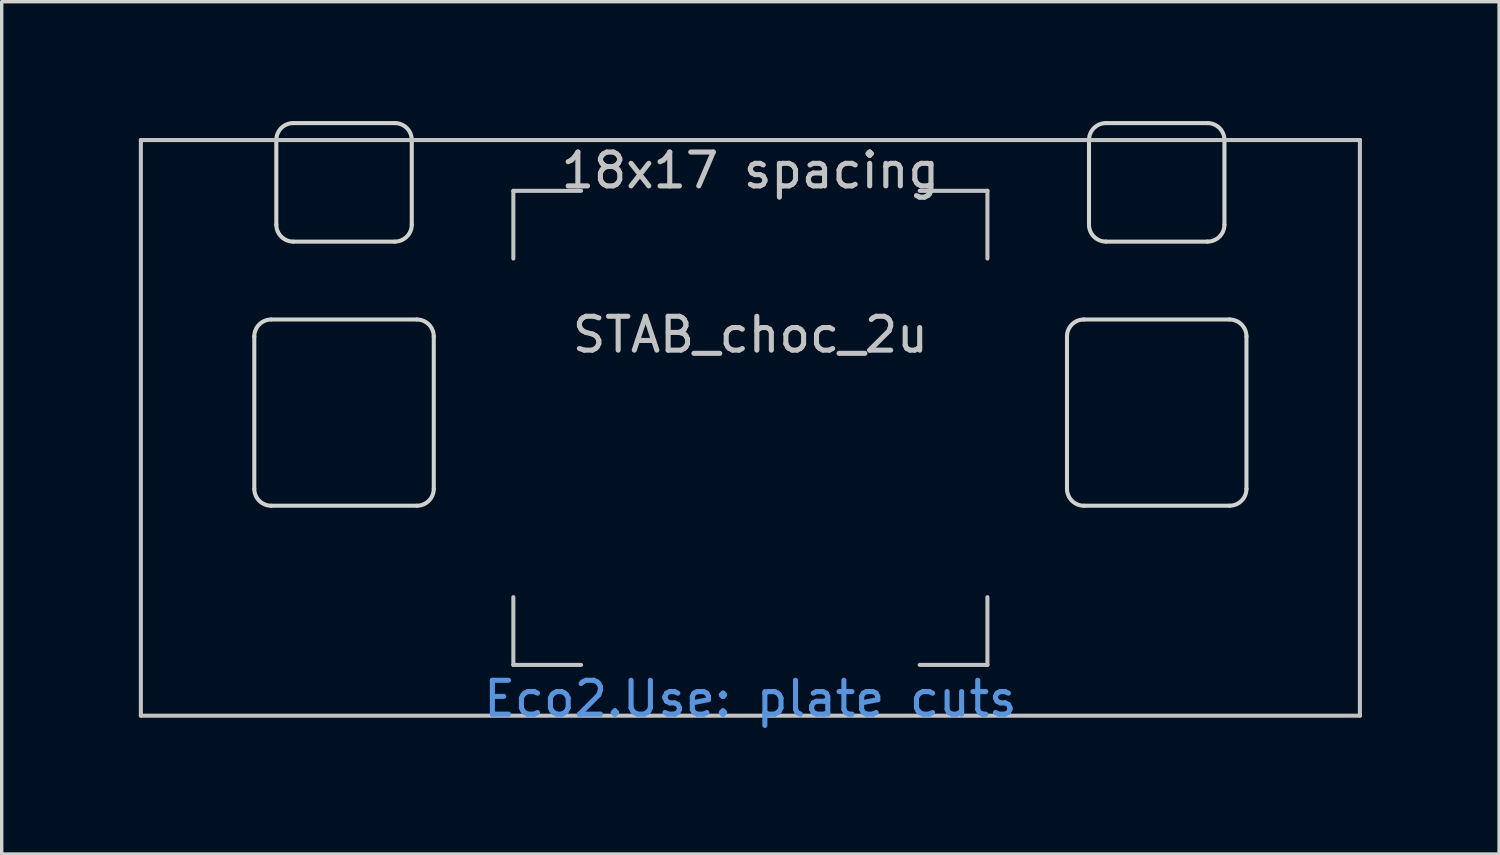
<source format=kicad_pcb>
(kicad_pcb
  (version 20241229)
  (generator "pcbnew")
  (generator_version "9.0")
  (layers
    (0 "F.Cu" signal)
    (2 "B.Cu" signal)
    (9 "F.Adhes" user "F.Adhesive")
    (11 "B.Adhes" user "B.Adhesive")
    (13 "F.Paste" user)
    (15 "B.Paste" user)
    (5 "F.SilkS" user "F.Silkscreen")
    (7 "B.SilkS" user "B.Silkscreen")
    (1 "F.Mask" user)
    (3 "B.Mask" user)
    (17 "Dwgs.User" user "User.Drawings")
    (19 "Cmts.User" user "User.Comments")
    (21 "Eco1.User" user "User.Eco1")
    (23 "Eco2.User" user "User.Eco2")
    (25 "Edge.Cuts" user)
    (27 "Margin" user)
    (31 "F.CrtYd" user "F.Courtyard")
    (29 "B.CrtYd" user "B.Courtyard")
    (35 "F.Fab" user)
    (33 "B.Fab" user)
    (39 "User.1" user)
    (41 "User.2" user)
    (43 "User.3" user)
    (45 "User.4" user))
  (footprint "STAB_choc_2u"
    (layer "F.Cu")
    (at 19.11 9.585)
    (property "Reference" "STAB_choc_2u" (at 0 -2.75 180) (layer "Dwgs.User") (effects (font (size 1 1) (thickness 0.15))))
    (attr exclude_from_pos_files exclude_from_bom)
    (fp_line (start -18 -8.5) (end 18 -8.5) (stroke (width 0.12) (type solid)) (layer "Dwgs.User"))
    (fp_line (start -18 8.5) (end -18 -8.5) (stroke (width 0.12) (type solid)) (layer "Dwgs.User"))
    (fp_line (start -7 -7) (end -7 -5) (stroke (width 0.12) (type solid)) (layer "Dwgs.User"))
    (fp_line (start -7 -7) (end -5 -7) (stroke (width 0.12) (type solid)) (layer "Dwgs.User"))
    (fp_line (start -7 7) (end -7 5) (stroke (width 0.12) (type solid)) (layer "Dwgs.User"))
    (fp_line (start -7 7) (end -5 7) (stroke (width 0.12) (type solid)) (layer "Dwgs.User"))
    (fp_line (start 7 -7) (end 5 -7) (stroke (width 0.12) (type solid)) (layer "Dwgs.User"))
    (fp_line (start 7 -7) (end 7 -5) (stroke (width 0.12) (type solid)) (layer "Dwgs.User"))
    (fp_line (start 7 5) (end 7 7) (stroke (width 0.12) (type solid)) (layer "Dwgs.User"))
    (fp_line (start 7 7) (end 5 7) (stroke (width 0.12) (type solid)) (layer "Dwgs.User"))
    (fp_line (start 18 -8.5) (end 18 8.5) (stroke (width 0.12) (type solid)) (layer "Dwgs.User"))
    (fp_line (start 18 8.5) (end -18 8.5) (stroke (width 0.12) (type solid)) (layer "Dwgs.User"))
    (fp_line (start -19.05 -9.525) (end -19.05 9.525) (stroke (width 0.12) (type solid)) (layer "Eco1.User"))
    (fp_line (start -19.05 9.525) (end 19.05 9.525) (stroke (width 0.12) (type solid)) (layer "Eco1.User"))
    (fp_line (start 19.05 -9.525) (end -19.05 -9.525) (stroke (width 0.12) (type solid)) (layer "Eco1.User"))
    (fp_line (start 19.05 9.525) (end 19.05 -9.525) (stroke (width 0.12) (type solid)) (layer "Eco1.User"))
    (fp_line (start -15.15 2.55) (end -15.15 -3.3) (stroke (width 0.05) (type solid)) (layer "Eco2.User"))
    (fp_line (start -14.65 -3.8) (end -14.3 -3.8) (stroke (width 0.05) (type solid)) (layer "Eco2.User"))
    (fp_line (start -14.65 3.05) (end -9.35 3.05) (stroke (width 0.05) (type solid)) (layer "Eco2.User"))
    (fp_line (start -13.8 -4.3) (end -13.8 -7.95) (stroke (width 0.05) (type solid)) (layer "Eco2.User"))
    (fp_line (start -13.3 -8.45) (end -10.7 -8.45) (stroke (width 0.05) (type solid)) (layer "Eco2.User"))
    (fp_line (start -10.2 -4.3) (end -10.2 -7.95) (stroke (width 0.05) (type solid)) (layer "Eco2.User"))
    (fp_line (start -9.35 -3.8) (end -9.7 -3.8) (stroke (width 0.05) (type solid)) (layer "Eco2.User"))
    (fp_line (start -8.85 2.55) (end -8.85 -3.3) (stroke (width 0.05) (type solid)) (layer "Eco2.User"))
    (fp_line (start 8.85 2.55) (end 8.85 -3.3) (stroke (width 0.05) (type solid)) (layer "Eco2.User"))
    (fp_line (start 9.35 -3.8) (end 9.7 -3.8) (stroke (width 0.05) (type solid)) (layer "Eco2.User"))
    (fp_line (start 10.2 -4.3) (end 10.2 -7.95) (stroke (width 0.05) (type solid)) (layer "Eco2.User"))
    (fp_line (start 13.3 -8.45) (end 10.7 -8.45) (stroke (width 0.05) (type solid)) (layer "Eco2.User"))
    (fp_line (start 13.8 -4.3) (end 13.8 -7.95) (stroke (width 0.05) (type solid)) (layer "Eco2.User"))
    (fp_line (start 14.65 -3.8) (end 14.3 -3.8) (stroke (width 0.05) (type solid)) (layer "Eco2.User"))
    (fp_line (start 14.65 3.05) (end 9.35 3.05) (stroke (width 0.05) (type solid)) (layer "Eco2.User"))
    (fp_line (start 15.15 2.55) (end 15.15 -3.3) (stroke (width 0.05) (type solid)) (layer "Eco2.User"))
    (fp_arc (start -15.15 -3.3) (mid -15.003553 -3.653553) (end -14.65 -3.8) (stroke (width 0.05) (type solid)) (layer "Eco2.User"))
    (fp_arc (start -14.65 3.05) (mid -15.003553 2.903553) (end -15.15 2.55) (stroke (width 0.05) (type solid)) (layer "Eco2.User"))
    (fp_arc (start -13.8 -7.95) (mid -13.653553 -8.303553) (end -13.3 -8.45) (stroke (width 0.05) (type solid)) (layer "Eco2.User"))
    (fp_arc (start -13.8 -4.3) (mid -13.946447 -3.946447) (end -14.3 -3.8) (stroke (width 0.05) (type solid)) (layer "Eco2.User"))
    (fp_arc (start -10.7 -8.45) (mid -10.346447 -8.303553) (end -10.2 -7.95) (stroke (width 0.05) (type solid)) (layer "Eco2.User"))
    (fp_arc (start -9.7 -3.8) (mid -10.053553 -3.946447) (end -10.2 -4.3) (stroke (width 0.05) (type solid)) (layer "Eco2.User"))
    (fp_arc (start -9.35 -3.8) (mid -8.996447 -3.653553) (end -8.85 -3.3) (stroke (width 0.05) (type solid)) (layer "Eco2.User"))
    (fp_arc (start -8.85 2.55) (mid -8.996447 2.903553) (end -9.35 3.05) (stroke (width 0.05) (type solid)) (layer "Eco2.User"))
    (fp_arc (start 8.85 -3.3) (mid 8.996447 -3.653553) (end 9.35 -3.8) (stroke (width 0.05) (type solid)) (layer "Eco2.User"))
    (fp_arc (start 9.35 3.05) (mid 8.996447 2.903553) (end 8.85 2.55) (stroke (width 0.05) (type solid)) (layer "Eco2.User"))
    (fp_arc (start 10.2 -7.95) (mid 10.346447 -8.303553) (end 10.7 -8.45) (stroke (width 0.05) (type solid)) (layer "Eco2.User"))
    (fp_arc (start 10.2 -4.3) (mid 10.053553 -3.946447) (end 9.7 -3.8) (stroke (width 0.05) (type solid)) (layer "Eco2.User"))
    (fp_arc (start 13.3 -8.45) (mid 13.653553 -8.303553) (end 13.8 -7.95) (stroke (width 0.05) (type solid)) (layer "Eco2.User"))
    (fp_arc (start 14.3 -3.8) (mid 13.946447 -3.946447) (end 13.8 -4.3) (stroke (width 0.05) (type solid)) (layer "Eco2.User"))
    (fp_arc (start 14.65 -3.8) (mid 15.003553 -3.653553) (end 15.15 -3.3) (stroke (width 0.05) (type solid)) (layer "Eco2.User"))
    (fp_arc (start 15.15 2.55) (mid 15.003553 2.903553) (end 14.65 3.05) (stroke (width 0.05) (type solid)) (layer "Eco2.User"))
    (fp_line (start -14.65 1.8) (end -14.65 -2.7) (stroke (width 0.12) (type solid)) (layer "Edge.Cuts"))
    (fp_line (start -14.15 -3.2) (end -9.85 -3.2) (stroke (width 0.12) (type solid)) (layer "Edge.Cuts"))
    (fp_line (start -14.15 2.3) (end -9.85 2.3) (stroke (width 0.12) (type solid)) (layer "Edge.Cuts"))
    (fp_line (start -14 -6) (end -14 -8.5) (stroke (width 0.12) (type solid)) (layer "Edge.Cuts"))
    (fp_line (start -13.5 -9) (end -10.5 -9) (stroke (width 0.12) (type solid)) (layer "Edge.Cuts"))
    (fp_line (start -13.5 -5.5) (end -10.5 -5.5) (stroke (width 0.12) (type solid)) (layer "Edge.Cuts"))
    (fp_line (start -10 -6) (end -10 -8.5) (stroke (width 0.12) (type solid)) (layer "Edge.Cuts"))
    (fp_line (start -9.35 1.8) (end -9.35 -2.7) (stroke (width 0.12) (type solid)) (layer "Edge.Cuts"))
    (fp_line (start 9.35 1.8) (end 9.35 -2.7) (stroke (width 0.12) (type solid)) (layer "Edge.Cuts"))
    (fp_line (start 10 -6) (end 10 -8.5) (stroke (width 0.12) (type solid)) (layer "Edge.Cuts"))
    (fp_line (start 13.5 -9) (end 10.5 -9) (stroke (width 0.12) (type solid)) (layer "Edge.Cuts"))
    (fp_line (start 13.5 -5.5) (end 10.5 -5.5) (stroke (width 0.12) (type solid)) (layer "Edge.Cuts"))
    (fp_line (start 14 -6) (end 14 -8.5) (stroke (width 0.12) (type solid)) (layer "Edge.Cuts"))
    (fp_line (start 14.15 -3.2) (end 9.85 -3.2) (stroke (width 0.12) (type solid)) (layer "Edge.Cuts"))
    (fp_line (start 14.15 2.3) (end 9.85 2.3) (stroke (width 0.12) (type solid)) (layer "Edge.Cuts"))
    (fp_line (start 14.65 1.8) (end 14.65 -2.7) (stroke (width 0.12) (type solid)) (layer "Edge.Cuts"))
    (fp_arc (start -14.65 -2.7) (mid -14.503553 -3.053553) (end -14.15 -3.2) (stroke (width 0.12) (type solid)) (layer "Edge.Cuts"))
    (fp_arc (start -14.15 2.3) (mid -14.503553 2.153553) (end -14.65 1.8) (stroke (width 0.12) (type solid)) (layer "Edge.Cuts"))
    (fp_arc (start -14 -8.5) (mid -13.853553 -8.853553) (end -13.5 -9) (stroke (width 0.12) (type solid)) (layer "Edge.Cuts"))
    (fp_arc (start -13.5 -5.5) (mid -13.853553 -5.646447) (end -14 -6) (stroke (width 0.12) (type solid)) (layer "Edge.Cuts"))
    (fp_arc (start -10.5 -9) (mid -10.146447 -8.853553) (end -10 -8.5) (stroke (width 0.12) (type solid)) (layer "Edge.Cuts"))
    (fp_arc (start -10 -6) (mid -10.146447 -5.646447) (end -10.5 -5.5) (stroke (width 0.12) (type solid)) (layer "Edge.Cuts"))
    (fp_arc (start -9.85 -3.2) (mid -9.496447 -3.053553) (end -9.35 -2.7) (stroke (width 0.12) (type solid)) (layer "Edge.Cuts"))
    (fp_arc (start -9.35 1.8) (mid -9.496447 2.153553) (end -9.85 2.3) (stroke (width 0.12) (type solid)) (layer "Edge.Cuts"))
    (fp_arc (start 9.35 -2.7) (mid 9.496447 -3.053553) (end 9.85 -3.2) (stroke (width 0.12) (type solid)) (layer "Edge.Cuts"))
    (fp_arc (start 9.85 2.3) (mid 9.496447 2.153553) (end 9.35 1.8) (stroke (width 0.12) (type solid)) (layer "Edge.Cuts"))
    (fp_arc (start 10 -8.5) (mid 10.146447 -8.853553) (end 10.5 -9) (stroke (width 0.12) (type solid)) (layer "Edge.Cuts"))
    (fp_arc (start 10.5 -5.5) (mid 10.146447 -5.646447) (end 10 -6) (stroke (width 0.12) (type solid)) (layer "Edge.Cuts"))
    (fp_arc (start 13.5 -9) (mid 13.853553 -8.853553) (end 14 -8.5) (stroke (width 0.12) (type solid)) (layer "Edge.Cuts"))
    (fp_arc (start 14 -6) (mid 13.853553 -5.646447) (end 13.5 -5.5) (stroke (width 0.12) (type solid)) (layer "Edge.Cuts"))
    (fp_arc (start 14.15 -3.2) (mid 14.503553 -3.053553) (end 14.65 -2.7) (stroke (width 0.12) (type solid)) (layer "Edge.Cuts"))
    (fp_arc (start 14.65 1.8) (mid 14.503553 2.153553) (end 14.15 2.3) (stroke (width 0.12) (type solid)) (layer "Edge.Cuts"))
    (fp_text user "18x17 spacing" (at 0 -7.6 0) (layer "Dwgs.User") (effects (font (size 1 1) (thickness 0.15))))
    (fp_text user "Eco2.Use: plate cuts" (at 0 8 0) (layer "Cmts.User") (effects (font (size 1 1) (thickness 0.15))))
    (fp_text user "19.05 spacing" (at 0 -8.7 0) (layer "Eco1.User") (effects (font (size 1 1) (thickness 0.15)))))
  (gr_rect
    (start -3 -3)
    (end 41.22 22.17)
    (stroke (width 0.1) (type default))
    (fill no)
    (layer "Edge.Cuts")))
</source>
